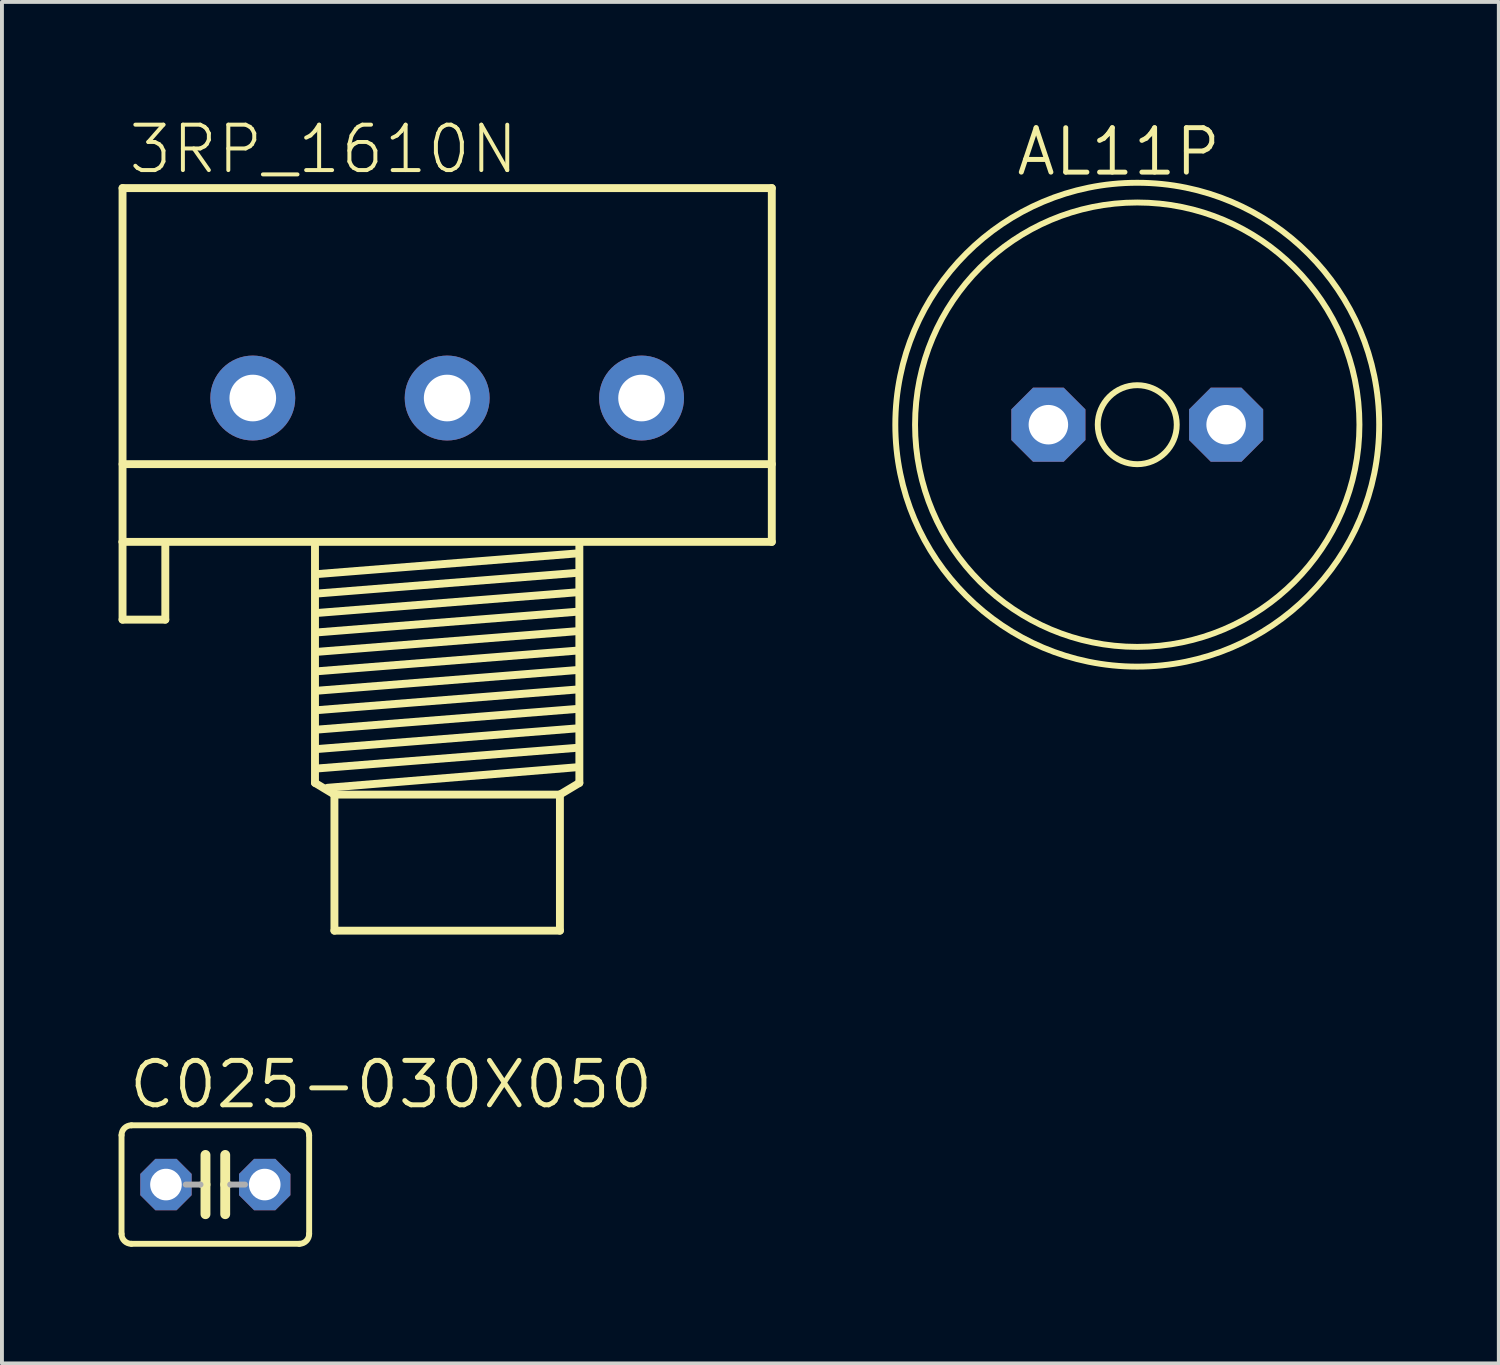
<source format=kicad_pcb>
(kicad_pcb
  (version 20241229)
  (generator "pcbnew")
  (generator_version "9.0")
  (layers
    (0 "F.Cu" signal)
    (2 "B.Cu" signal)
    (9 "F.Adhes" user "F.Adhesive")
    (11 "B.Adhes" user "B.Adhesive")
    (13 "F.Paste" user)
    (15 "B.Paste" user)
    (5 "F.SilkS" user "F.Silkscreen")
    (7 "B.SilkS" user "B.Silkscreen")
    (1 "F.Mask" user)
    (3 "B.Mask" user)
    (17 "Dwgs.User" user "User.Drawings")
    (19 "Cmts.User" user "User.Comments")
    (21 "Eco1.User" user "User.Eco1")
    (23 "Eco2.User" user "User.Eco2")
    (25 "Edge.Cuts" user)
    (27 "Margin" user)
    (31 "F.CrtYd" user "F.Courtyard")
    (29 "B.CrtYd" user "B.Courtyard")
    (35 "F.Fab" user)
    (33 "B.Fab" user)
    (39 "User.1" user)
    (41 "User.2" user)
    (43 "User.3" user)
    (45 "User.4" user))
  (footprint "3RP_1610N"
    (layer "F.Cu")
    (at 8.452 7.188)
    (property "Reference" "3RP_1610N" (at -8.255 -5.715 0) (unlocked yes) (layer "F.SilkS") (effects (font (size 1.168 1.168) (thickness 0.102)) (justify left bottom)))
    (fp_line (start -8.35 -5.4) (end 8.35 -5.4) (stroke (width 0.203) (type solid)) (layer "F.SilkS"))
    (fp_line (start -8.35 1.7) (end 8.35 1.7) (stroke (width 0.203) (type solid)) (layer "F.SilkS"))
    (fp_line (start -8.35 3.7) (end -8.35 -5.4) (stroke (width 0.203) (type solid)) (layer "F.SilkS"))
    (fp_line (start -8.35 3.7) (end -8.35 5.7) (stroke (width 0.203) (type solid)) (layer "F.SilkS"))
    (fp_line (start -8.35 3.7) (end 8.35 3.7) (stroke (width 0.203) (type solid)) (layer "F.SilkS"))
    (fp_line (start -8.35 5.7) (end -7.25 5.7) (stroke (width 0.203) (type solid)) (layer "F.SilkS"))
    (fp_line (start -7.25 5.7) (end -7.25 3.8) (stroke (width 0.203) (type solid)) (layer "F.SilkS"))
    (fp_line (start -3.4 3.8) (end -3.4 9.9) (stroke (width 0.203) (type solid)) (layer "F.SilkS"))
    (fp_line (start -3.4 9.9) (end -2.9 10.2) (stroke (width 0.203) (type solid)) (layer "F.SilkS"))
    (fp_line (start -3.3 4.525) (end 3.3 4) (stroke (width 0.203) (type solid)) (layer "F.SilkS"))
    (fp_line (start -3.3 5.025) (end 3.3 4.5) (stroke (width 0.203) (type solid)) (layer "F.SilkS"))
    (fp_line (start -3.3 5.525) (end 3.3 5) (stroke (width 0.203) (type solid)) (layer "F.SilkS"))
    (fp_line (start -3.3 6.025) (end 3.3 5.5) (stroke (width 0.203) (type solid)) (layer "F.SilkS"))
    (fp_line (start -3.3 6.525) (end 3.3 6) (stroke (width 0.203) (type solid)) (layer "F.SilkS"))
    (fp_line (start -3.3 7.025) (end 3.3 6.5) (stroke (width 0.203) (type solid)) (layer "F.SilkS"))
    (fp_line (start -3.3 7.525) (end 3.3 7) (stroke (width 0.203) (type solid)) (layer "F.SilkS"))
    (fp_line (start -3.3 8.025) (end 3.3 7.5) (stroke (width 0.203) (type solid)) (layer "F.SilkS"))
    (fp_line (start -3.3 8.525) (end 3.3 8) (stroke (width 0.203) (type solid)) (layer "F.SilkS"))
    (fp_line (start -3.3 9.025) (end 3.3 8.5) (stroke (width 0.203) (type solid)) (layer "F.SilkS"))
    (fp_line (start -3.3 9.525) (end 3.3 9) (stroke (width 0.203) (type solid)) (layer "F.SilkS"))
    (fp_line (start -3.075 10.025) (end 3.3 9.5) (stroke (width 0.203) (type solid)) (layer "F.SilkS"))
    (fp_line (start -2.9 10.2) (end -2.9 13.7) (stroke (width 0.203) (type solid)) (layer "F.SilkS"))
    (fp_line (start -2.9 10.2) (end 2.9 10.2) (stroke (width 0.203) (type solid)) (layer "F.SilkS"))
    (fp_line (start -2.9 13.7) (end 2.9 13.7) (stroke (width 0.203) (type solid)) (layer "F.SilkS"))
    (fp_line (start 2.9 10.2) (end 3.4 9.9) (stroke (width 0.203) (type solid)) (layer "F.SilkS"))
    (fp_line (start 2.9 13.7) (end 2.9 10.2) (stroke (width 0.203) (type solid)) (layer "F.SilkS"))
    (fp_line (start 3.4 9.9) (end 3.4 3.8) (stroke (width 0.203) (type solid)) (layer "F.SilkS"))
    (fp_line (start 8.35 3.7) (end 8.35 -5.4) (stroke (width 0.203) (type solid)) (layer "F.SilkS"))
    (pad "1" thru_hole circle (at -5 0) (size 2.184 2.184) (drill 1.2) (layers "*.Cu" "*.Mask"))
    (pad "2" thru_hole circle (at 0 0) (size 2.184 2.184) (drill 1.2) (layers "*.Cu" "*.Mask"))
    (pad "3" thru_hole circle (at 5 0) (size 2.184 2.184) (drill 1.2) (layers "*.Cu" "*.Mask")))
  (footprint "AL11P"
    (layer "F.Cu")
    (at 26.202 7.874)
    (property "Reference" "AL11P" (at -3.175 -6.35 0) (unlocked yes) (layer "F.SilkS") (effects (font (size 1.143 1.143) (thickness 0.127)) (justify left bottom)))
    (fp_circle (center 0 0) (end 1.016 0) (stroke (width 0.152) (type solid)) (fill no) (layer "F.SilkS"))
    (fp_circle (center 0 0) (end 5.715 0) (stroke (width 0.152) (type solid)) (fill no) (layer "F.SilkS"))
    (fp_circle (center 0 0) (end 6.223 0) (stroke (width 0.152) (type solid)) (fill no) (layer "F.SilkS"))
    (pad "+" thru_hole roundrect (at 2.286 0) (size 1.905 1.905) (drill 1.016) (layers "*.Cu" "*.Mask") (roundrect_rratio 0.25) (chamfer_ratio 0.293) (chamfer top_left top_right bottom_left bottom_right))
    (pad "-" thru_hole roundrect (at -2.286 0) (size 1.905 1.905) (drill 1.016) (layers "*.Cu" "*.Mask") (roundrect_rratio 0.25) (chamfer_ratio 0.293) (chamfer top_left top_right bottom_left bottom_right)))
  (footprint "C025-030X050"
    (layer "F.Cu")
    (at 2.489 27.419)
    (property "Reference" "C025-030X050" (at -2.286 -1.905 0) (unlocked yes) (layer "F.SilkS") (effects (font (size 1.143 1.143) (thickness 0.127)) (justify left bottom)))
    (fp_line (start -2.413 -1.27) (end -2.413 1.27) (stroke (width 0.152) (type solid)) (layer "F.SilkS"))
    (fp_line (start -2.159 -1.524) (end 2.159 -1.524) (stroke (width 0.152) (type solid)) (layer "F.SilkS"))
    (fp_line (start -0.254 -0.762) (end -0.254 0) (stroke (width 0.254) (type solid)) (layer "F.SilkS"))
    (fp_line (start -0.254 0) (end -0.381 0) (stroke (width 0.152) (type solid)) (layer "F.SilkS"))
    (fp_line (start -0.254 0) (end -0.254 0.762) (stroke (width 0.254) (type solid)) (layer "F.SilkS"))
    (fp_line (start 0.254 0) (end 0.254 -0.762) (stroke (width 0.254) (type solid)) (layer "F.SilkS"))
    (fp_line (start 0.254 0) (end 0.254 0.762) (stroke (width 0.254) (type solid)) (layer "F.SilkS"))
    (fp_line (start 0.381 0) (end 0.254 0) (stroke (width 0.152) (type solid)) (layer "F.SilkS"))
    (fp_line (start 2.159 1.524) (end -2.159 1.524) (stroke (width 0.152) (type solid)) (layer "F.SilkS"))
    (fp_line (start 2.413 -1.27) (end 2.413 1.27) (stroke (width 0.152) (type solid)) (layer "F.SilkS"))
    (fp_arc (start -2.413 -1.27) (mid -2.338605 -1.449605) (end -2.159 -1.524) (stroke (width 0.1524) (type solid)) (layer "F.SilkS"))
    (fp_arc (start -2.159 1.524) (mid -2.338605 1.449605) (end -2.413 1.27) (stroke (width 0.1524) (type solid)) (layer "F.SilkS"))
    (fp_arc (start 2.159 -1.524) (mid 2.338605 -1.449605) (end 2.413 -1.27) (stroke (width 0.1524) (type solid)) (layer "F.SilkS"))
    (fp_arc (start 2.413 1.27) (mid 2.338605 1.449605) (end 2.159 1.524) (stroke (width 0.1524) (type solid)) (layer "F.SilkS"))
    (fp_line (start -0.381 0) (end -0.762 0) (stroke (width 0.152) (type solid)) (layer "F.Fab"))
    (fp_line (start 0.762 0) (end 0.381 0) (stroke (width 0.152) (type solid)) (layer "F.Fab"))
    (pad "1" thru_hole roundrect (at -1.27 0) (size 1.321 1.321) (drill 0.813) (layers "*.Cu" "*.Mask") (roundrect_rratio 0.25) (chamfer_ratio 0.293) (chamfer top_left top_right bottom_left bottom_right))
    (pad "2" thru_hole roundrect (at 1.27 0) (size 1.321 1.321) (drill 0.813) (layers "*.Cu" "*.Mask") (roundrect_rratio 0.25) (chamfer_ratio 0.293) (chamfer top_left top_right bottom_left bottom_right)))
  (gr_rect
    (start -3 -3)
    (end 35.502 32.019)
    (stroke (width 0.1) (type default))
    (fill no)
    (layer "Edge.Cuts")))
</source>
